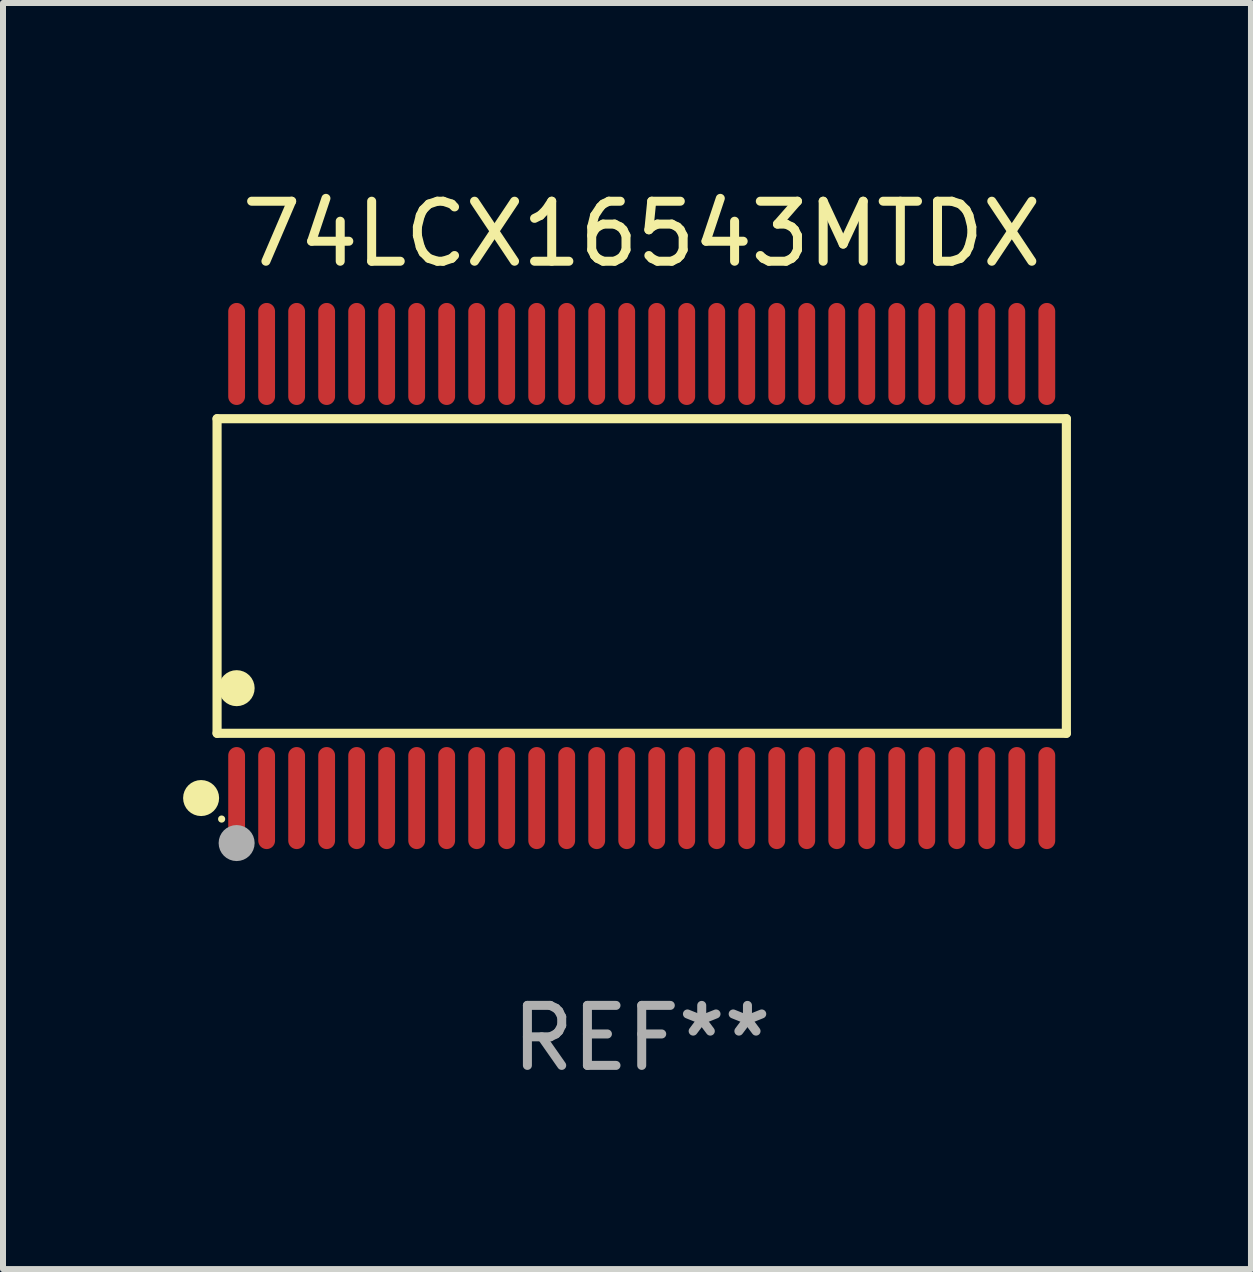
<source format=kicad_pcb>
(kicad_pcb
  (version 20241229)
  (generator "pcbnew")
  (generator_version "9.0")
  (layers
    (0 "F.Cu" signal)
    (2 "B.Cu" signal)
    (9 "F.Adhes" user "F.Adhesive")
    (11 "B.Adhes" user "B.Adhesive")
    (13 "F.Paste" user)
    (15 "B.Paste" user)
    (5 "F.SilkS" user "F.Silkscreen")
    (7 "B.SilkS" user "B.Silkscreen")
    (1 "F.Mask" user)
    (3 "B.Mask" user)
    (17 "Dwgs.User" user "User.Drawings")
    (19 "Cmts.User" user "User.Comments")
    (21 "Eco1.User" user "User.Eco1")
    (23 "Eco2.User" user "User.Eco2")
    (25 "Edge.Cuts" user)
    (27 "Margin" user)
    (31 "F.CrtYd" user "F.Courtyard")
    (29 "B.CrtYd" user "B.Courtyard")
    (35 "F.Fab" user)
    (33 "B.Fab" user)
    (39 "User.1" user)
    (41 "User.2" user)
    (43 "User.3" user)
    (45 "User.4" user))
  (footprint "74LCX16543MTDX"
    (layer "F.Cu")
    (at 7.643 6.548)
    (property "Reference" "74LCX16543MTDX" (at 0 -5.7 0) (layer "F.SilkS") (effects (font (size 1 1) (thickness 0.15))))
    (attr through_hole)
    (fp_line (start -7.076 -2.621) (end 7.076 -2.621) (stroke (width 0.152) (type solid)) (layer "F.SilkS"))
    (fp_line (start -7.076 2.621) (end -7.076 -2.621) (stroke (width 0.152) (type solid)) (layer "F.SilkS"))
    (fp_line (start 7.076 -2.621) (end 7.076 2.621) (stroke (width 0.152) (type solid)) (layer "F.SilkS"))
    (fp_line (start 7.076 2.621) (end -7.076 2.621) (stroke (width 0.152) (type solid)) (layer "F.SilkS"))
    (fp_circle (center -7.342 3.7) (end -7.192 3.7) (stroke (width 0.3) (type solid)) (fill no) (layer "F.SilkS"))
    (fp_circle (center -7 4.05) (end -6.97 4.05) (stroke (width 0.06) (type solid)) (fill no) (layer "F.SilkS"))
    (fp_circle (center -6.75 1.869) (end -6.6 1.869) (stroke (width 0.3) (type solid)) (fill no) (layer "F.SilkS"))
    (fp_circle (center -6.75 4.45) (end -6.6 4.45) (stroke (width 0.3) (type solid)) (fill no) (layer "F.Fab"))
    (fp_text user "REF**" (at 0 7.7 0) (layer "F.Fab") (effects (font (size 1 1) (thickness 0.15))))
    (pad "1" smd oval (at -6.75 3.7) (size 0.28 1.7) (layers "F.Cu" "F.Mask" "F.Paste"))
    (pad "2" smd oval (at -6.25 3.7) (size 0.28 1.7) (layers "F.Cu" "F.Mask" "F.Paste"))
    (pad "3" smd oval (at -5.75 3.7) (size 0.28 1.7) (layers "F.Cu" "F.Mask" "F.Paste"))
    (pad "4" smd oval (at -5.25 3.7) (size 0.28 1.7) (layers "F.Cu" "F.Mask" "F.Paste"))
    (pad "5" smd oval (at -4.75 3.7) (size 0.28 1.7) (layers "F.Cu" "F.Mask" "F.Paste"))
    (pad "6" smd oval (at -4.25 3.7) (size 0.28 1.7) (layers "F.Cu" "F.Mask" "F.Paste"))
    (pad "7" smd oval (at -3.75 3.7) (size 0.28 1.7) (layers "F.Cu" "F.Mask" "F.Paste"))
    (pad "8" smd oval (at -3.25 3.7) (size 0.28 1.7) (layers "F.Cu" "F.Mask" "F.Paste"))
    (pad "9" smd oval (at -2.75 3.7) (size 0.28 1.7) (layers "F.Cu" "F.Mask" "F.Paste"))
    (pad "10" smd oval (at -2.25 3.7) (size 0.28 1.7) (layers "F.Cu" "F.Mask" "F.Paste"))
    (pad "11" smd oval (at -1.75 3.7) (size 0.28 1.7) (layers "F.Cu" "F.Mask" "F.Paste"))
    (pad "12" smd oval (at -1.25 3.7) (size 0.28 1.7) (layers "F.Cu" "F.Mask" "F.Paste"))
    (pad "13" smd oval (at -0.75 3.7) (size 0.28 1.7) (layers "F.Cu" "F.Mask" "F.Paste"))
    (pad "14" smd oval (at -0.25 3.7) (size 0.28 1.7) (layers "F.Cu" "F.Mask" "F.Paste"))
    (pad "15" smd oval (at 0.25 3.7) (size 0.28 1.7) (layers "F.Cu" "F.Mask" "F.Paste"))
    (pad "16" smd oval (at 0.75 3.7) (size 0.28 1.7) (layers "F.Cu" "F.Mask" "F.Paste"))
    (pad "17" smd oval (at 1.25 3.7) (size 0.28 1.7) (layers "F.Cu" "F.Mask" "F.Paste"))
    (pad "18" smd oval (at 1.75 3.7) (size 0.28 1.7) (layers "F.Cu" "F.Mask" "F.Paste"))
    (pad "19" smd oval (at 2.25 3.7) (size 0.28 1.7) (layers "F.Cu" "F.Mask" "F.Paste"))
    (pad "20" smd oval (at 2.75 3.7) (size 0.28 1.7) (layers "F.Cu" "F.Mask" "F.Paste"))
    (pad "21" smd oval (at 3.25 3.7) (size 0.28 1.7) (layers "F.Cu" "F.Mask" "F.Paste"))
    (pad "22" smd oval (at 3.75 3.7) (size 0.28 1.7) (layers "F.Cu" "F.Mask" "F.Paste"))
    (pad "23" smd oval (at 4.25 3.7) (size 0.28 1.7) (layers "F.Cu" "F.Mask" "F.Paste"))
    (pad "24" smd oval (at 4.75 3.7) (size 0.28 1.7) (layers "F.Cu" "F.Mask" "F.Paste"))
    (pad "25" smd oval (at 5.25 3.7) (size 0.28 1.7) (layers "F.Cu" "F.Mask" "F.Paste"))
    (pad "26" smd oval (at 5.75 3.7) (size 0.28 1.7) (layers "F.Cu" "F.Mask" "F.Paste"))
    (pad "27" smd oval (at 6.25 3.7) (size 0.28 1.7) (layers "F.Cu" "F.Mask" "F.Paste"))
    (pad "28" smd oval (at 6.75 3.7) (size 0.28 1.7) (layers "F.Cu" "F.Mask" "F.Paste"))
    (pad "29" smd oval (at 6.75 -3.7) (size 0.28 1.7) (layers "F.Cu" "F.Mask" "F.Paste"))
    (pad "30" smd oval (at 6.25 -3.7) (size 0.28 1.7) (layers "F.Cu" "F.Mask" "F.Paste"))
    (pad "31" smd oval (at 5.75 -3.7) (size 0.28 1.7) (layers "F.Cu" "F.Mask" "F.Paste"))
    (pad "32" smd oval (at 5.25 -3.7) (size 0.28 1.7) (layers "F.Cu" "F.Mask" "F.Paste"))
    (pad "33" smd oval (at 4.75 -3.7) (size 0.28 1.7) (layers "F.Cu" "F.Mask" "F.Paste"))
    (pad "34" smd oval (at 4.25 -3.7) (size 0.28 1.7) (layers "F.Cu" "F.Mask" "F.Paste"))
    (pad "35" smd oval (at 3.75 -3.7) (size 0.28 1.7) (layers "F.Cu" "F.Mask" "F.Paste"))
    (pad "36" smd oval (at 3.25 -3.7) (size 0.28 1.7) (layers "F.Cu" "F.Mask" "F.Paste"))
    (pad "37" smd oval (at 2.75 -3.7) (size 0.28 1.7) (layers "F.Cu" "F.Mask" "F.Paste"))
    (pad "38" smd oval (at 2.25 -3.7) (size 0.28 1.7) (layers "F.Cu" "F.Mask" "F.Paste"))
    (pad "39" smd oval (at 1.75 -3.7) (size 0.28 1.7) (layers "F.Cu" "F.Mask" "F.Paste"))
    (pad "40" smd oval (at 1.25 -3.7) (size 0.28 1.7) (layers "F.Cu" "F.Mask" "F.Paste"))
    (pad "41" smd oval (at 0.75 -3.7) (size 0.28 1.7) (layers "F.Cu" "F.Mask" "F.Paste"))
    (pad "42" smd oval (at 0.25 -3.7) (size 0.28 1.7) (layers "F.Cu" "F.Mask" "F.Paste"))
    (pad "43" smd oval (at -0.25 -3.7) (size 0.28 1.7) (layers "F.Cu" "F.Mask" "F.Paste"))
    (pad "44" smd oval (at -0.75 -3.7) (size 0.28 1.7) (layers "F.Cu" "F.Mask" "F.Paste"))
    (pad "45" smd oval (at -1.25 -3.7) (size 0.28 1.7) (layers "F.Cu" "F.Mask" "F.Paste"))
    (pad "46" smd oval (at -1.75 -3.7) (size 0.28 1.7) (layers "F.Cu" "F.Mask" "F.Paste"))
    (pad "47" smd oval (at -2.25 -3.7) (size 0.28 1.7) (layers "F.Cu" "F.Mask" "F.Paste"))
    (pad "48" smd oval (at -2.75 -3.7) (size 0.28 1.7) (layers "F.Cu" "F.Mask" "F.Paste"))
    (pad "49" smd oval (at -3.25 -3.7) (size 0.28 1.7) (layers "F.Cu" "F.Mask" "F.Paste"))
    (pad "50" smd oval (at -3.75 -3.7) (size 0.28 1.7) (layers "F.Cu" "F.Mask" "F.Paste"))
    (pad "51" smd oval (at -4.25 -3.7) (size 0.28 1.7) (layers "F.Cu" "F.Mask" "F.Paste"))
    (pad "52" smd oval (at -4.75 -3.7) (size 0.28 1.7) (layers "F.Cu" "F.Mask" "F.Paste"))
    (pad "53" smd oval (at -5.25 -3.7) (size 0.28 1.7) (layers "F.Cu" "F.Mask" "F.Paste"))
    (pad "54" smd oval (at -5.75 -3.7) (size 0.28 1.7) (layers "F.Cu" "F.Mask" "F.Paste"))
    (pad "55" smd oval (at -6.25 -3.7) (size 0.28 1.7) (layers "F.Cu" "F.Mask" "F.Paste"))
    (pad "56" smd oval (at -6.75 -3.7) (size 0.28 1.7) (layers "F.Cu" "F.Mask" "F.Paste")))
  (gr_rect
    (start -3 -3)
    (end 17.795 18.097)
    (stroke (width 0.1) (type default))
    (fill no)
    (layer "Edge.Cuts")))
</source>
